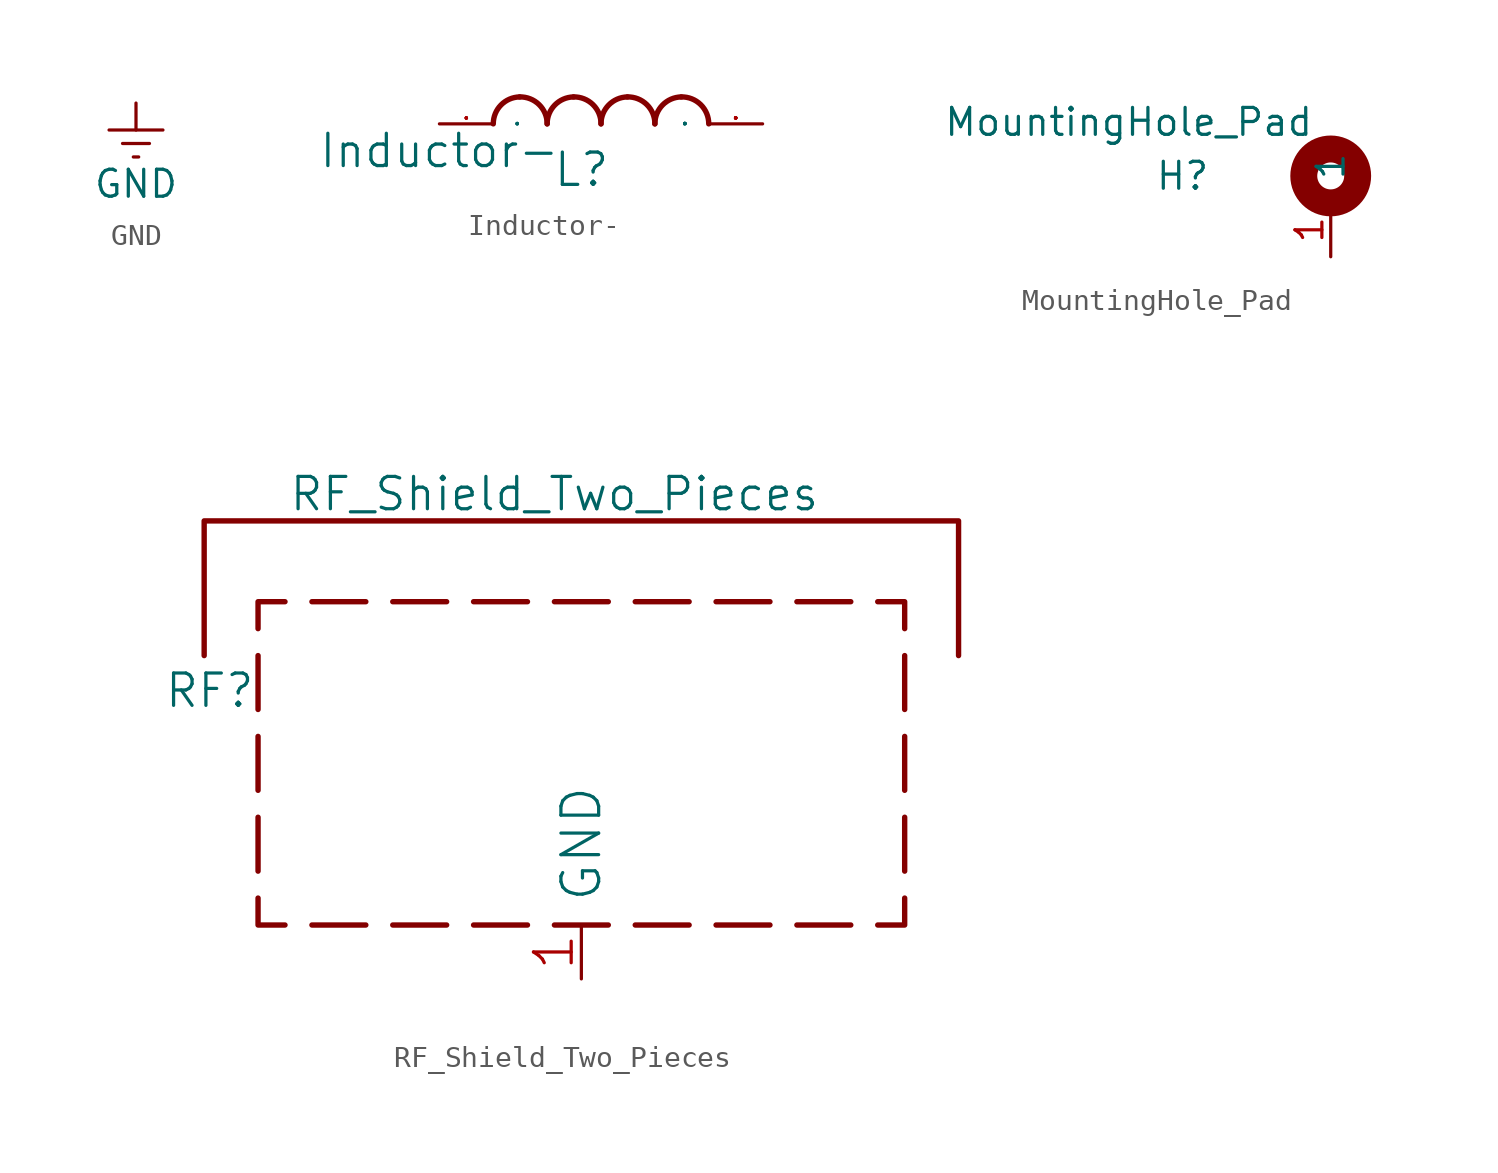
<source format=kicad_sym>
(kicad_symbol_lib
  (version 20211014)
  (generator kicad_symbol_editor)
  (symbol "GND"
    (power)
    (pin_names
      (offset 0))
    (property "Reference" "#PWR"
      (at 0 3.175 0)
      (effects (font (size 1.27 1.27)) hide))
    (property "Value" "GND"
      (at 0 -3.81 0)
      (effects (font (size 1.27 1.27))))
    (symbol "GND_1_1"
      (polyline (pts (xy -0.635 -1.905) (xy 0.635 -1.905)) (stroke (width 0) (type default) (color 0 0 0 0)) (fill (type none)))
      (polyline (pts (xy -0.127 -2.54) (xy 0.127 -2.54)) (stroke (width 0) (type default) (color 0 0 0 0)) (fill (type none)))
      (polyline (pts (xy 0 -1.27) (xy 0 0)) (stroke (width 0) (type default) (color 0 0 0 0)) (fill (type none)))
      (polyline (pts (xy 1.27 -1.27) (xy -1.27 -1.27)) (stroke (width 0) (type default) (color 0 0 0 0)) (fill (type none)))
      (pin power_in line (at 0 0 270) (length 0) hide (name "GND" (effects (font (size 1.27 1.27)))) (number "1" (effects (font (size 1.27 1.27)))))))
  (symbol "Inductor-"
    (pin_names
      (offset 1.016))
    (property "Reference" "L"
      (at 5.334 -3.048 0)
      (effects (font (size 1.524 1.524)) (justify left bottom)))
    (property "Value" "Inductor-"
      (at 0 -1.27 0)
      (effects (font (size 1.524 1.524))))
    (symbol "Inductor-_0_1"
      (pin passive line (at 0 0 0) (length 2.54) (name "1" (effects (font (size 0.025 0.025)))) (number "1" (effects (font (size 0.025 0.025)))))
      (pin passive line (at 15.24 0 180) (length 2.54) (name "2" (effects (font (size 0.025 0.025)))) (number "2" (effects (font (size 0.025 0.025))))))
    (symbol "Inductor-_1_1"
      (arc (start 3.7846 1.27) (mid 2.9029 0.8892) (end 2.54 0) (stroke (width 0.254) (type default) (color 0 0 0 0)) (fill (type none)))
      (arc (start 5.08 0) (mid 4.699 0.907) (end 3.7846 1.27) (stroke (width 0.254) (type default) (color 0 0 0 0)) (fill (type none)))
      (arc (start 6.3246 1.27) (mid 5.4429 0.8892) (end 5.08 0) (stroke (width 0.254) (type default) (color 0 0 0 0)) (fill (type none)))
      (arc (start 7.62 0) (mid 7.239 0.907) (end 6.3246 1.27) (stroke (width 0.254) (type default) (color 0 0 0 0)) (fill (type none)))
      (arc (start 8.8646 1.27) (mid 7.9829 0.8892) (end 7.62 0) (stroke (width 0.254) (type default) (color 0 0 0 0)) (fill (type none)))
      (arc (start 10.16 0) (mid 9.779 0.907) (end 8.8646 1.27) (stroke (width 0.254) (type default) (color 0 0 0 0)) (fill (type none)))
      (arc (start 11.4046 1.27) (mid 10.5229 0.8892) (end 10.16 0) (stroke (width 0.254) (type default) (color 0 0 0 0)) (fill (type none)))
      (arc (start 12.7 0) (mid 12.319 0.907) (end 11.4046 1.27) (stroke (width 0.254) (type default) (color 0 0 0 0)) (fill (type none)))))
  (symbol "MountingHole_Pad"
    (pin_names
      (offset 1.016))
    (property "Reference" "H"
      (at -6.985 0 0)
      (effects (font (size 1.27 1.27))))
    (property "Value" "MountingHole_Pad"
      (at -9.525 2.54 0)
      (effects (font (size 1.27 1.27))))
    (symbol "MountingHole_Pad_1_1"
      (circle (center 0 0) (radius 1.27) (stroke (width 1.27) (type default) (color 0 0 0 0)) (fill (type none)))
      (pin input line (at 0 -3.81 90) (length 2.54) (name "1" (effects (font (size 1.27 1.27)))) (number "1" (effects (font (size 1.27 1.27)))))))
  (symbol "RF_Shield_Two_Pieces"
    (pin_names
      (offset 1.016))
    (property "Reference" "RF"
      (at -19.685 2.54 0)
      (effects (font (size 1.524 1.524)) (justify left bottom)))
    (property "Value" "RF_Shield_Two_Pieces"
      (at -1.27 12.7 0)
      (effects (font (size 1.524 1.524))))
    (symbol "RF_Shield_Two_Pieces_1_1"
      (polyline (pts (xy -15.24 -5.08) (xy -15.24 -2.54)) (stroke (width 0.254) (type default) (color 0 0 0 0)) (fill (type none)))
      (polyline (pts (xy -15.24 -1.27) (xy -15.24 1.27)) (stroke (width 0.254) (type default) (color 0 0 0 0)) (fill (type none)))
      (polyline (pts (xy -15.24 2.54) (xy -15.24 5.08)) (stroke (width 0.254) (type default) (color 0 0 0 0)) (fill (type none)))
      (polyline (pts (xy -12.7 7.62) (xy -10.16 7.62)) (stroke (width 0.254) (type default) (color 0 0 0 0)) (fill (type none)))
      (polyline (pts (xy -10.16 -7.62) (xy -12.7 -7.62)) (stroke (width 0.254) (type default) (color 0 0 0 0)) (fill (type none)))
      (polyline (pts (xy -6.35 -7.62) (xy -8.89 -7.62)) (stroke (width 0.254) (type default) (color 0 0 0 0)) (fill (type none)))
      (polyline (pts (xy -6.35 7.62) (xy -8.89 7.62)) (stroke (width 0.254) (type default) (color 0 0 0 0)) (fill (type none)))
      (polyline (pts (xy -2.54 -7.62) (xy -5.08 -7.62)) (stroke (width 0.254) (type default) (color 0 0 0 0)) (fill (type none)))
      (polyline (pts (xy -2.54 7.62) (xy -5.08 7.62)) (stroke (width 0.254) (type default) (color 0 0 0 0)) (fill (type none)))
      (polyline (pts (xy -1.27 -7.62) (xy 1.27 -7.62)) (stroke (width 0.254) (type default) (color 0 0 0 0)) (fill (type none)))
      (polyline (pts (xy 1.27 7.62) (xy -1.27 7.62)) (stroke (width 0.254) (type default) (color 0 0 0 0)) (fill (type none)))
      (polyline (pts (xy 2.54 -7.62) (xy 5.08 -7.62)) (stroke (width 0.254) (type default) (color 0 0 0 0)) (fill (type none)))
      (polyline (pts (xy 5.08 7.62) (xy 2.54 7.62)) (stroke (width 0.254) (type default) (color 0 0 0 0)) (fill (type none)))
      (polyline (pts (xy 6.35 -7.62) (xy 8.89 -7.62)) (stroke (width 0.254) (type default) (color 0 0 0 0)) (fill (type none)))
      (polyline (pts (xy 8.89 7.62) (xy 6.35 7.62)) (stroke (width 0.254) (type default) (color 0 0 0 0)) (fill (type none)))
      (polyline (pts (xy 10.16 -7.62) (xy 12.7 -7.62)) (stroke (width 0.254) (type default) (color 0 0 0 0)) (fill (type none)))
      (polyline (pts (xy 12.7 7.62) (xy 10.16 7.62)) (stroke (width 0.254) (type default) (color 0 0 0 0)) (fill (type none)))
      (polyline (pts (xy 15.24 -5.08) (xy 15.24 -2.54)) (stroke (width 0.254) (type default) (color 0 0 0 0)) (fill (type none)))
      (polyline (pts (xy 15.24 -1.27) (xy 15.24 1.27)) (stroke (width 0.254) (type default) (color 0 0 0 0)) (fill (type none)))
      (polyline (pts (xy 15.24 2.54) (xy 15.24 5.08)) (stroke (width 0.254) (type default) (color 0 0 0 0)) (fill (type none)))
      (polyline (pts (xy -15.24 6.35) (xy -15.24 7.62) (xy -13.97 7.62)) (stroke (width 0.254) (type default) (color 0 0 0 0)) (fill (type none)))
      (polyline (pts (xy -13.97 -7.62) (xy -15.24 -7.62) (xy -15.24 -6.35)) (stroke (width 0.254) (type default) (color 0 0 0 0)) (fill (type none)))
      (polyline (pts (xy 13.97 -7.62) (xy 15.24 -7.62) (xy 15.24 -6.35)) (stroke (width 0.254) (type default) (color 0 0 0 0)) (fill (type none)))
      (polyline (pts (xy 15.24 6.35) (xy 15.24 7.62) (xy 13.97 7.62)) (stroke (width 0.254) (type default) (color 0 0 0 0)) (fill (type none)))
      (polyline (pts (xy -17.78 5.08) (xy -17.78 11.43) (xy 17.78 11.43) (xy 17.78 5.08)) (stroke (width 0.254) (type default) (color 0 0 0 0)) (fill (type none)))
      (pin passive line (at 0 -10.16 90) (length 2.54) (name "GND" (effects (font (size 1.778 1.778)))) (number "1" (effects (font (size 1.778 1.778))))))))
</source>
